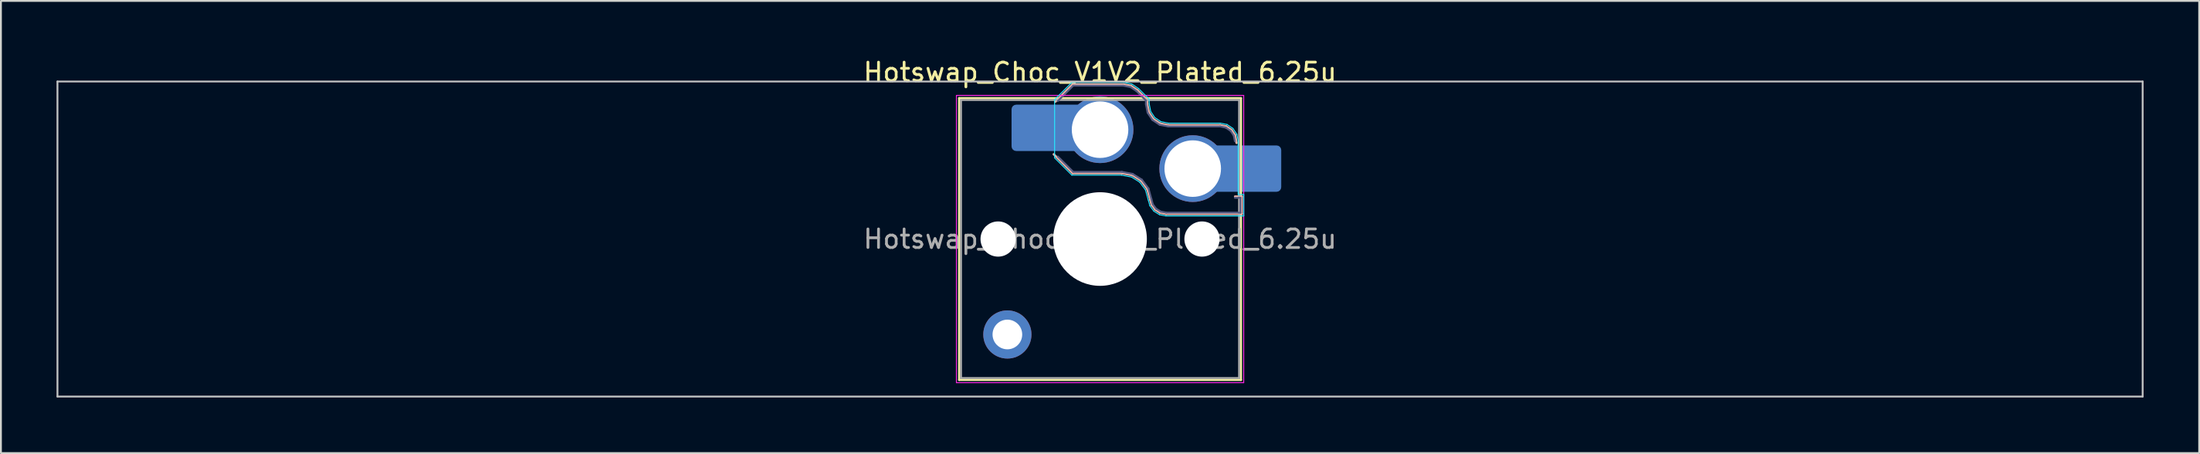
<source format=kicad_pcb>
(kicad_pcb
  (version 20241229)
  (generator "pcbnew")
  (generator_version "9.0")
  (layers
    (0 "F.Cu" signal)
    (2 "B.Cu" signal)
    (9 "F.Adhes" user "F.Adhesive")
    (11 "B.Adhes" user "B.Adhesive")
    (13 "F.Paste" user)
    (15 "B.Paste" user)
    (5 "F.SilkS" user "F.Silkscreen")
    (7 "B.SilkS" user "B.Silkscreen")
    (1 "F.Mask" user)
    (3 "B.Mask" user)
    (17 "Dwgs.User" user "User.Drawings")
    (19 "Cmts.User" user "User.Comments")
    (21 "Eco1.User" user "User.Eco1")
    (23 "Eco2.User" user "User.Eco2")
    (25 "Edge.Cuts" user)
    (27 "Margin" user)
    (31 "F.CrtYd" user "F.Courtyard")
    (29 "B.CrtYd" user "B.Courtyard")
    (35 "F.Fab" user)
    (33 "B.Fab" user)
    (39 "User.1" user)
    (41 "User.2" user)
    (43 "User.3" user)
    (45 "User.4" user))
  (footprint "Hotswap_Choc_V1V2_Plated_6.25u"
    (layer "F.Cu")
    (at 56.3 9.848)
    (property "Reference" "Hotswap_Choc_V1V2_Plated_6.25u" (at 0 -9 0) (layer "F.SilkS") (effects (font (size 1 1) (thickness 0.15))))
    (attr smd allow_soldermask_bridges)
    (fp_line (start -7.6 -7.6) (end -7.6 7.6) (stroke (width 0.12) (type solid)) (layer "F.SilkS"))
    (fp_line (start -7.6 7.6) (end 7.6 7.6) (stroke (width 0.12) (type solid)) (layer "F.SilkS"))
    (fp_line (start 7.6 -7.6) (end -7.6 -7.6) (stroke (width 0.12) (type solid)) (layer "F.SilkS"))
    (fp_line (start 7.6 7.6) (end 7.6 -7.6) (stroke (width 0.12) (type solid)) (layer "F.SilkS"))
    (fp_line (start -2.416 -7.409) (end -1.479 -8.346) (stroke (width 0.12) (type solid)) (layer "B.SilkS"))
    (fp_line (start -1.479 -8.346) (end 1.268 -8.346) (stroke (width 0.12) (type solid)) (layer "B.SilkS"))
    (fp_line (start -1.479 -3.554) (end -2.5 -4.575) (stroke (width 0.12) (type solid)) (layer "B.SilkS"))
    (fp_line (start 1.168 -3.554) (end -1.479 -3.554) (stroke (width 0.12) (type solid)) (layer "B.SilkS"))
    (fp_line (start 1.268 -8.346) (end 1.671 -8.266) (stroke (width 0.12) (type solid)) (layer "B.SilkS"))
    (fp_line (start 1.671 -8.266) (end 2.013 -8.037) (stroke (width 0.12) (type solid)) (layer "B.SilkS"))
    (fp_line (start 1.73 -3.449) (end 1.168 -3.554) (stroke (width 0.12) (type solid)) (layer "B.SilkS"))
    (fp_line (start 2.013 -8.037) (end 2.546 -7.504) (stroke (width 0.12) (type solid)) (layer "B.SilkS"))
    (fp_line (start 2.209 -3.15) (end 1.73 -3.449) (stroke (width 0.12) (type solid)) (layer "B.SilkS"))
    (fp_line (start 2.546 -7.504) (end 2.546 -7.282) (stroke (width 0.12) (type solid)) (layer "B.SilkS"))
    (fp_line (start 2.546 -7.282) (end 2.633 -6.844) (stroke (width 0.12) (type solid)) (layer "B.SilkS"))
    (fp_line (start 2.547 -2.697) (end 2.209 -3.15) (stroke (width 0.12) (type solid)) (layer "B.SilkS"))
    (fp_line (start 2.633 -6.844) (end 2.877 -6.477) (stroke (width 0.12) (type solid)) (layer "B.SilkS"))
    (fp_line (start 2.701 -2.139) (end 2.547 -2.697) (stroke (width 0.12) (type solid)) (layer "B.SilkS"))
    (fp_line (start 2.783 -1.841) (end 2.701 -2.139) (stroke (width 0.12) (type solid)) (layer "B.SilkS"))
    (fp_line (start 2.877 -6.477) (end 3.244 -6.233) (stroke (width 0.12) (type solid)) (layer "B.SilkS"))
    (fp_line (start 2.976 -1.583) (end 2.783 -1.841) (stroke (width 0.12) (type solid)) (layer "B.SilkS"))
    (fp_line (start 3.244 -6.233) (end 3.682 -6.146) (stroke (width 0.12) (type solid)) (layer "B.SilkS"))
    (fp_line (start 3.25 -1.413) (end 2.976 -1.583) (stroke (width 0.12) (type solid)) (layer "B.SilkS"))
    (fp_line (start 3.56 -1.354) (end 3.25 -1.413) (stroke (width 0.12) (type solid)) (layer "B.SilkS"))
    (fp_line (start 3.682 -6.146) (end 6.482 -6.146) (stroke (width 0.12) (type solid)) (layer "B.SilkS"))
    (fp_line (start 6.482 -6.146) (end 6.809 -6.081) (stroke (width 0.12) (type solid)) (layer "B.SilkS"))
    (fp_line (start 6.809 -6.081) (end 7.092 -5.892) (stroke (width 0.12) (type solid)) (layer "B.SilkS"))
    (fp_line (start 7.092 -5.892) (end 7.281 -5.609) (stroke (width 0.12) (type solid)) (layer "B.SilkS"))
    (fp_line (start 7.281 -5.609) (end 7.366 -5.182) (stroke (width 0.12) (type solid)) (layer "B.SilkS"))
    (fp_line (start 7.283 -2.296) (end 7.646 -2.296) (stroke (width 0.12) (type solid)) (layer "B.SilkS"))
    (fp_line (start 7.646 -2.296) (end 7.646 -1.354) (stroke (width 0.12) (type solid)) (layer "B.SilkS"))
    (fp_line (start 7.646 -1.354) (end 3.56 -1.354) (stroke (width 0.12) (type solid)) (layer "B.SilkS"))
    (fp_line (start -56.25 -8.5) (end -56.25 8.5) (stroke (width 0.1) (type solid)) (layer "Dwgs.User"))
    (fp_line (start -56.25 8.5) (end 56.25 8.5) (stroke (width 0.1) (type solid)) (layer "Dwgs.User"))
    (fp_line (start 56.25 -8.5) (end -56.25 -8.5) (stroke (width 0.1) (type solid)) (layer "Dwgs.User"))
    (fp_line (start 56.25 8.5) (end 56.25 -8.5) (stroke (width 0.1) (type solid)) (layer "Dwgs.User"))
    (fp_line (start -7.25 -7.25) (end -7.25 7.25) (stroke (width 0.1) (type solid)) (layer "Eco1.User"))
    (fp_line (start -7.25 7.25) (end 7.25 7.25) (stroke (width 0.1) (type solid)) (layer "Eco1.User"))
    (fp_line (start 7.25 -7.25) (end -7.25 -7.25) (stroke (width 0.1) (type solid)) (layer "Eco1.User"))
    (fp_line (start 7.25 7.25) (end 7.25 -7.25) (stroke (width 0.1) (type solid)) (layer "Eco1.User"))
    (fp_line (start -2.452 -7.523) (end -1.523 -8.452) (stroke (width 0.05) (type solid)) (layer "B.CrtYd"))
    (fp_line (start -2.452 -4.377) (end -2.452 -7.523) (stroke (width 0.05) (type solid)) (layer "B.CrtYd"))
    (fp_line (start -1.523 -8.452) (end 1.278 -8.452) (stroke (width 0.05) (type solid)) (layer "B.CrtYd"))
    (fp_line (start -1.523 -3.448) (end -2.452 -4.377) (stroke (width 0.05) (type solid)) (layer "B.CrtYd"))
    (fp_line (start 1.159 -3.448) (end -1.523 -3.448) (stroke (width 0.05) (type solid)) (layer "B.CrtYd"))
    (fp_line (start 1.278 -8.452) (end 1.712 -8.366) (stroke (width 0.05) (type solid)) (layer "B.CrtYd"))
    (fp_line (start 1.691 -3.348) (end 1.159 -3.448) (stroke (width 0.05) (type solid)) (layer "B.CrtYd"))
    (fp_line (start 1.712 -8.366) (end 2.081 -8.119) (stroke (width 0.05) (type solid)) (layer "B.CrtYd"))
    (fp_line (start 2.081 -8.119) (end 2.652 -7.548) (stroke (width 0.05) (type solid)) (layer "B.CrtYd"))
    (fp_line (start 2.136 -3.071) (end 1.691 -3.348) (stroke (width 0.05) (type solid)) (layer "B.CrtYd"))
    (fp_line (start 2.45 -2.65) (end 2.136 -3.071) (stroke (width 0.05) (type solid)) (layer "B.CrtYd"))
    (fp_line (start 2.599 -2.111) (end 2.45 -2.65) (stroke (width 0.05) (type solid)) (layer "B.CrtYd"))
    (fp_line (start 2.652 -7.548) (end 2.652 -7.292) (stroke (width 0.05) (type solid)) (layer "B.CrtYd"))
    (fp_line (start 2.652 -7.292) (end 2.733 -6.885) (stroke (width 0.05) (type solid)) (layer "B.CrtYd"))
    (fp_line (start 2.687 -1.794) (end 2.599 -2.111) (stroke (width 0.05) (type solid)) (layer "B.CrtYd"))
    (fp_line (start 2.733 -6.885) (end 2.953 -6.553) (stroke (width 0.05) (type solid)) (layer "B.CrtYd"))
    (fp_line (start 2.903 -1.503) (end 2.687 -1.794) (stroke (width 0.05) (type solid)) (layer "B.CrtYd"))
    (fp_line (start 2.953 -6.553) (end 3.285 -6.333) (stroke (width 0.05) (type solid)) (layer "B.CrtYd"))
    (fp_line (start 3.211 -1.312) (end 2.903 -1.503) (stroke (width 0.05) (type solid)) (layer "B.CrtYd"))
    (fp_line (start 3.285 -6.333) (end 3.692 -6.252) (stroke (width 0.05) (type solid)) (layer "B.CrtYd"))
    (fp_line (start 3.55 -1.248) (end 3.211 -1.312) (stroke (width 0.05) (type solid)) (layer "B.CrtYd"))
    (fp_line (start 3.692 -6.252) (end 6.492 -6.252) (stroke (width 0.05) (type solid)) (layer "B.CrtYd"))
    (fp_line (start 6.492 -6.252) (end 6.85 -6.181) (stroke (width 0.05) (type solid)) (layer "B.CrtYd"))
    (fp_line (start 6.85 -6.181) (end 7.168 -5.968) (stroke (width 0.05) (type solid)) (layer "B.CrtYd"))
    (fp_line (start 7.168 -5.968) (end 7.381 -5.65) (stroke (width 0.05) (type solid)) (layer "B.CrtYd"))
    (fp_line (start 7.381 -5.65) (end 7.452 -5.292) (stroke (width 0.05) (type solid)) (layer "B.CrtYd"))
    (fp_line (start 7.452 -5.292) (end 7.452 -2.402) (stroke (width 0.05) (type solid)) (layer "B.CrtYd"))
    (fp_line (start 7.452 -2.402) (end 7.752 -2.402) (stroke (width 0.05) (type solid)) (layer "B.CrtYd"))
    (fp_line (start 7.752 -2.402) (end 7.752 -1.248) (stroke (width 0.05) (type solid)) (layer "B.CrtYd"))
    (fp_line (start 7.752 -1.248) (end 3.55 -1.248) (stroke (width 0.05) (type solid)) (layer "B.CrtYd"))
    (fp_line (start -7.75 -7.75) (end -7.75 7.75) (stroke (width 0.05) (type solid)) (layer "F.CrtYd"))
    (fp_line (start -7.75 7.75) (end 7.75 7.75) (stroke (width 0.05) (type solid)) (layer "F.CrtYd"))
    (fp_line (start 7.75 -7.75) (end -7.75 -7.75) (stroke (width 0.05) (type solid)) (layer "F.CrtYd"))
    (fp_line (start 7.75 7.75) (end 7.75 -7.75) (stroke (width 0.05) (type solid)) (layer "F.CrtYd"))
    (fp_line (start -2.275 -7.45) (end -1.45 -8.275) (stroke (width 0.1) (type solid)) (layer "B.Fab"))
    (fp_line (start -1.45 -8.275) (end 1.261 -8.275) (stroke (width 0.1) (type solid)) (layer "B.Fab"))
    (fp_line (start -1.45 -3.625) (end -2.275 -4.45) (stroke (width 0.1) (type solid)) (layer "B.Fab"))
    (fp_line (start 1.175 -3.625) (end -1.45 -3.625) (stroke (width 0.1) (type solid)) (layer "B.Fab"))
    (fp_line (start 1.261 -8.275) (end 1.643 -8.199) (stroke (width 0.1) (type solid)) (layer "B.Fab"))
    (fp_line (start 1.643 -8.199) (end 1.968 -7.982) (stroke (width 0.1) (type solid)) (layer "B.Fab"))
    (fp_line (start 1.756 -3.516) (end 1.175 -3.625) (stroke (width 0.1) (type solid)) (layer "B.Fab"))
    (fp_line (start 1.968 -7.982) (end 2.475 -7.475) (stroke (width 0.1) (type solid)) (layer "B.Fab"))
    (fp_line (start 2.258 -3.203) (end 1.756 -3.516) (stroke (width 0.1) (type solid)) (layer "B.Fab"))
    (fp_line (start 2.475 -7.475) (end 2.475 -7.275) (stroke (width 0.1) (type solid)) (layer "B.Fab"))
    (fp_line (start 2.475 -7.275) (end 2.566 -6.816) (stroke (width 0.1) (type solid)) (layer "B.Fab"))
    (fp_line (start 2.566 -6.816) (end 2.826 -6.426) (stroke (width 0.1) (type solid)) (layer "B.Fab"))
    (fp_line (start 2.612 -2.729) (end 2.258 -3.203) (stroke (width 0.1) (type solid)) (layer "B.Fab"))
    (fp_line (start 2.769 -2.158) (end 2.612 -2.729) (stroke (width 0.1) (type solid)) (layer "B.Fab"))
    (fp_line (start 2.826 -6.426) (end 3.216 -6.166) (stroke (width 0.1) (type solid)) (layer "B.Fab"))
    (fp_line (start 2.848 -1.873) (end 2.769 -2.158) (stroke (width 0.1) (type solid)) (layer "B.Fab"))
    (fp_line (start 3.025 -1.636) (end 2.848 -1.873) (stroke (width 0.1) (type solid)) (layer "B.Fab"))
    (fp_line (start 3.216 -6.166) (end 3.675 -6.075) (stroke (width 0.1) (type solid)) (layer "B.Fab"))
    (fp_line (start 3.276 -1.48) (end 3.025 -1.636) (stroke (width 0.1) (type solid)) (layer "B.Fab"))
    (fp_line (start 3.567 -1.425) (end 3.276 -1.48) (stroke (width 0.1) (type solid)) (layer "B.Fab"))
    (fp_line (start 3.675 -6.075) (end 6.475 -6.075) (stroke (width 0.1) (type solid)) (layer "B.Fab"))
    (fp_line (start 6.475 -6.075) (end 6.781 -6.014) (stroke (width 0.1) (type solid)) (layer "B.Fab"))
    (fp_line (start 6.781 -6.014) (end 7.041 -5.841) (stroke (width 0.1) (type solid)) (layer "B.Fab"))
    (fp_line (start 7.041 -5.841) (end 7.214 -5.581) (stroke (width 0.1) (type solid)) (layer "B.Fab"))
    (fp_line (start 7.214 -5.581) (end 7.275 -5.275) (stroke (width 0.1) (type solid)) (layer "B.Fab"))
    (fp_line (start 7.275 -2.225) (end 7.575 -2.225) (stroke (width 0.1) (type solid)) (layer "B.Fab"))
    (fp_line (start 7.575 -2.225) (end 7.575 -1.425) (stroke (width 0.1) (type solid)) (layer "B.Fab"))
    (fp_line (start 7.575 -1.425) (end 3.567 -1.425) (stroke (width 0.1) (type solid)) (layer "B.Fab"))
    (fp_line (start -7.5 -7.5) (end -7.5 7.5) (stroke (width 0.1) (type solid)) (layer "F.Fab"))
    (fp_line (start -7.5 7.5) (end 7.5 7.5) (stroke (width 0.1) (type solid)) (layer "F.Fab"))
    (fp_line (start 7.5 -7.5) (end -7.5 -7.5) (stroke (width 0.1) (type solid)) (layer "F.Fab"))
    (fp_line (start 7.5 7.5) (end 7.5 -7.5) (stroke (width 0.1) (type solid)) (layer "F.Fab"))
    (fp_text user "${REFERENCE}" (at 0 0 0) (layer "F.Fab") (effects (font (size 1 1) (thickness 0.15))))
    (pad "" np_thru_hole circle (at -5.5 0) (size 1.9 1.9) (drill 1.9) (layers "*.Cu" "*.Mask"))
    (pad "" thru_hole circle (at -5 5.15) (size 2.6 2.6) (drill 1.6) (layers "*.Cu" "*.Mask"))
    (pad "" smd roundrect (at -3.5 -6) (size 2.55 2.5) (layers "B.Mask" "B.Paste") (roundrect_rratio 0.1))
    (pad "" np_thru_hole circle (at 0 0) (size 5.05 5.05) (drill 5.05) (layers "*.Cu" "*.Mask"))
    (pad "" np_thru_hole circle (at 5.5 0) (size 1.9 1.9) (drill 1.9) (layers "*.Cu" "*.Mask"))
    (pad "" smd roundrect (at 8.5 -3.8) (size 2.55 2.5) (layers "B.Mask" "B.Paste") (roundrect_rratio 0.1))
    (pad "1" smd roundrect (at -2.85 -6) (size 3.85 2.5) (layers "B.Cu") (roundrect_rratio 0.1))
    (pad "1" thru_hole circle (at 0 -5.9) (size 3.6 3.6) (drill 3.05) (layers "*.Cu" "*.Mask"))
    (pad "2" thru_hole circle (at 5 -3.8) (size 3.6 3.6) (drill 3.05) (layers "*.Cu" "*.Mask"))
    (pad "2" smd roundrect (at 7.85 -3.8) (size 3.85 2.5) (layers "B.Cu") (roundrect_rratio 0.1)))
  (gr_rect
    (start -3 -3)
    (end 115.6 21.398)
    (stroke (width 0.1) (type default))
    (fill no)
    (layer "Edge.Cuts")))
</source>
